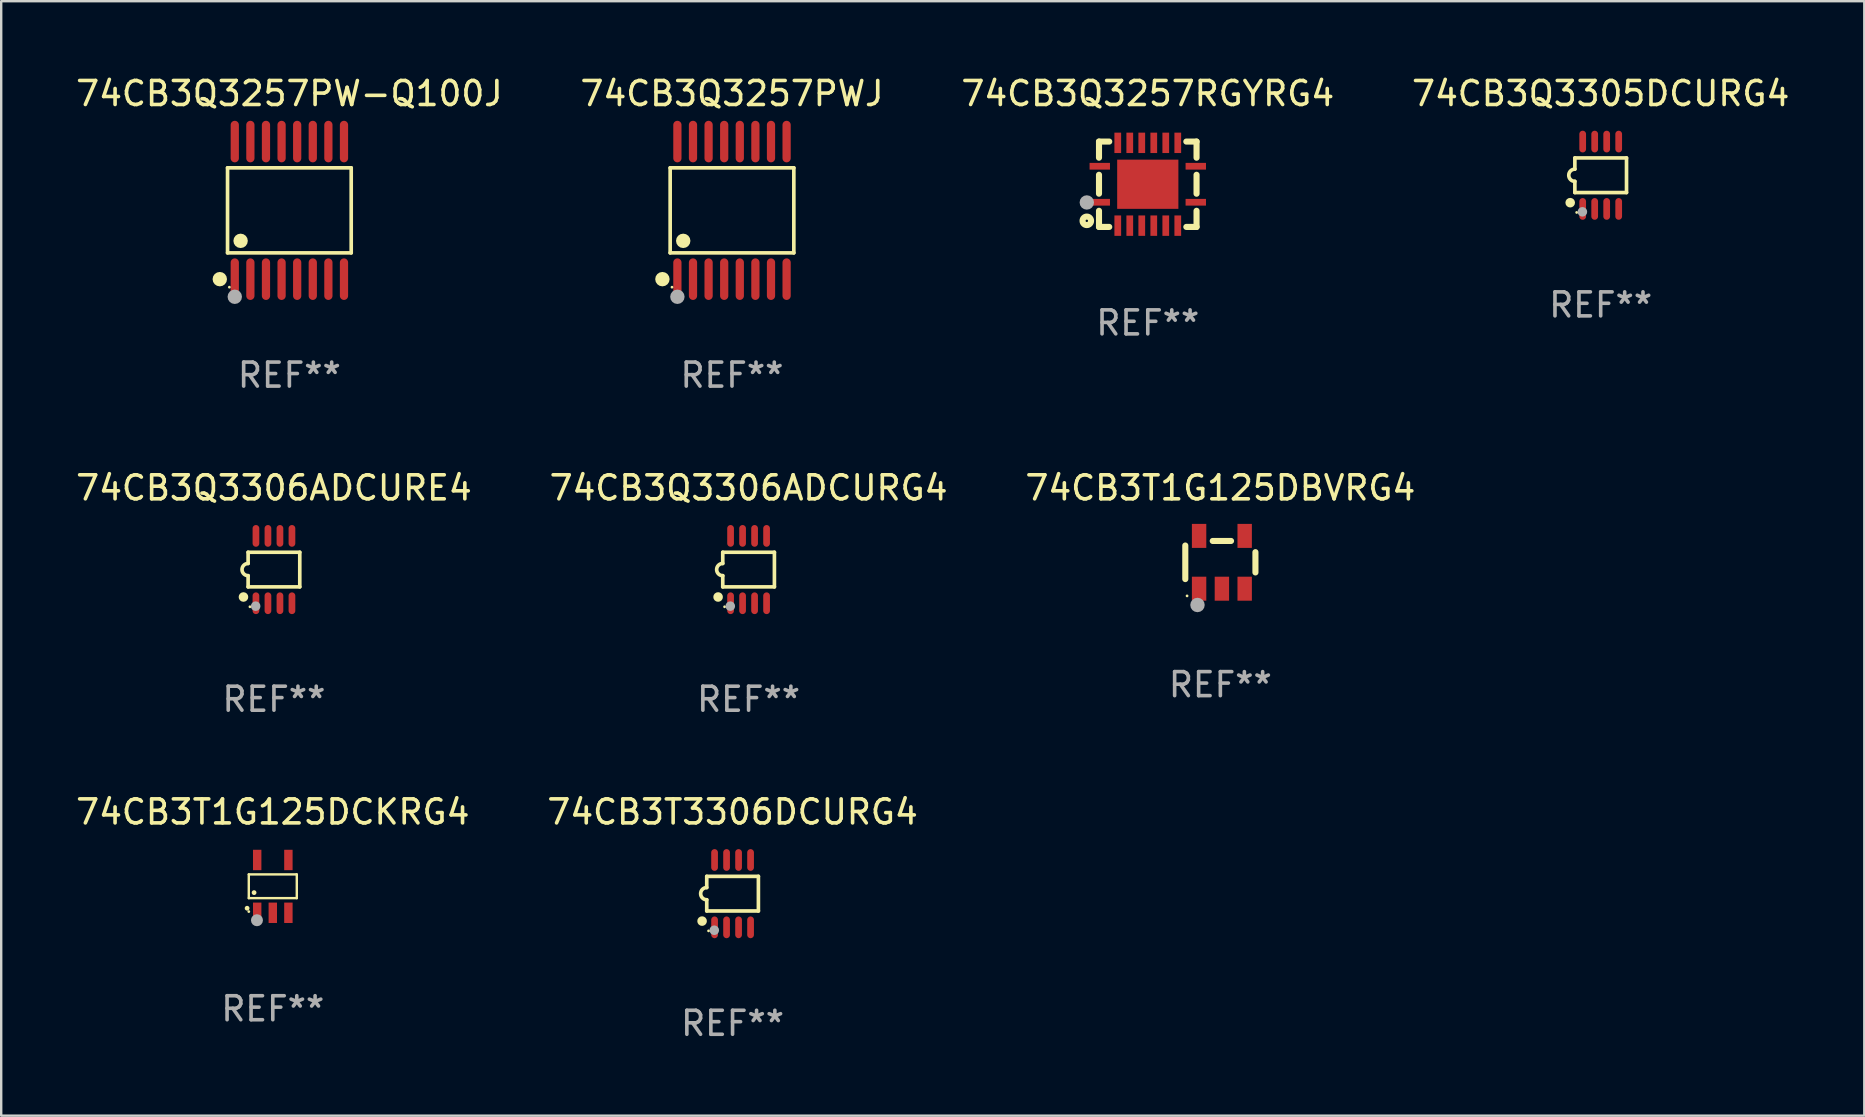
<source format=kicad_pcb>
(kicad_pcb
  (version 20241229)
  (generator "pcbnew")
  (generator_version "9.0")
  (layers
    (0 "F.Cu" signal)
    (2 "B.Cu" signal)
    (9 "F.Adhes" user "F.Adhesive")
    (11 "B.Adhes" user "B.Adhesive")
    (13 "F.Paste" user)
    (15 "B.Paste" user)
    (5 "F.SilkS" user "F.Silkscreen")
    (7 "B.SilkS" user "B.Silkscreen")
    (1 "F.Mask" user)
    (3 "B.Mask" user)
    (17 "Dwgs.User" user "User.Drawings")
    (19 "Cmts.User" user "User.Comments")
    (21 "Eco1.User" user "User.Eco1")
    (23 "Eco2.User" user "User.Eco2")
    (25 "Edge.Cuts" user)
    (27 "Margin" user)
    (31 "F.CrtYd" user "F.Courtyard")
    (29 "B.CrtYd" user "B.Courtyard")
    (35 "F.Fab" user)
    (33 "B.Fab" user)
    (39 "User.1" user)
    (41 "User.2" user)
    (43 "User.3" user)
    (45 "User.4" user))
  (footprint "74CB3Q3306ADCURE4"
    (layer "F.Cu")
    (at 8.363 20.679)
    (property "Reference" "74CB3Q3306ADCURE4" (at 0 -3.403 0) (layer "F.SilkS") (effects (font (size 1 1) (thickness 0.15))))
    (attr through_hole)
    (fp_line (start -1.076 -0.721) (end 1.076 -0.721) (stroke (width 0.152) (type solid)) (layer "F.SilkS"))
    (fp_line (start -1.076 -0.254) (end -1.076 -0.721) (stroke (width 0.152) (type solid)) (layer "F.SilkS"))
    (fp_line (start -1.076 0.254) (end -1.076 0.721) (stroke (width 0.152) (type solid)) (layer "F.SilkS"))
    (fp_line (start 1.076 -0.721) (end 1.076 0.721) (stroke (width 0.152) (type solid)) (layer "F.SilkS"))
    (fp_line (start 1.076 0.721) (end -1.076 0.721) (stroke (width 0.152) (type solid)) (layer "F.SilkS"))
    (fp_arc (start -1.076226 0.254051) (mid -1.330226 0.000051) (end -1.076226 -0.253949) (stroke (width 0.151994) (type solid)) (layer "F.SilkS"))
    (fp_circle (center -1.27 1.143) (end -1.17 1.143) (stroke (width 0.2) (type solid)) (fill no) (layer "F.SilkS"))
    (fp_circle (center -1 1.55) (end -0.97 1.55) (stroke (width 0.06) (type solid)) (fill no) (layer "F.SilkS"))
    (fp_circle (center -0.762 1.524) (end -0.662 1.524) (stroke (width 0.2) (type solid)) (fill no) (layer "F.Fab"))
    (fp_text user "REF**" (at 0 5.403 0) (layer "F.Fab") (effects (font (size 1 1) (thickness 0.15))))
    (pad "1" smd oval (at -0.75 1.403) (size 0.28 0.905) (layers "F.Cu" "F.Mask" "F.Paste"))
    (pad "2" smd oval (at -0.25 1.403) (size 0.28 0.905) (layers "F.Cu" "F.Mask" "F.Paste"))
    (pad "3" smd oval (at 0.25 1.403) (size 0.28 0.905) (layers "F.Cu" "F.Mask" "F.Paste"))
    (pad "4" smd oval (at 0.75 1.403) (size 0.28 0.905) (layers "F.Cu" "F.Mask" "F.Paste"))
    (pad "5" smd oval (at 0.75 -1.403) (size 0.28 0.905) (layers "F.Cu" "F.Mask" "F.Paste"))
    (pad "6" smd oval (at 0.25 -1.403) (size 0.28 0.905) (layers "F.Cu" "F.Mask" "F.Paste"))
    (pad "7" smd oval (at -0.25 -1.403) (size 0.28 0.905) (layers "F.Cu" "F.Mask" "F.Paste"))
    (pad "8" smd oval (at -0.75 -1.403) (size 0.28 0.905) (layers "F.Cu" "F.Mask" "F.Paste")))
  (footprint "74CB3T3306DCURG4"
    (layer "F.Cu")
    (at 27.47 34.181)
    (property "Reference" "74CB3T3306DCURG4" (at 0 -3.403 0) (layer "F.SilkS") (effects (font (size 1 1) (thickness 0.15))))
    (attr through_hole)
    (fp_line (start -1.076 -0.721) (end 1.076 -0.721) (stroke (width 0.152) (type solid)) (layer "F.SilkS"))
    (fp_line (start -1.076 -0.254) (end -1.076 -0.721) (stroke (width 0.152) (type solid)) (layer "F.SilkS"))
    (fp_line (start -1.076 0.254) (end -1.076 0.721) (stroke (width 0.152) (type solid)) (layer "F.SilkS"))
    (fp_line (start 1.076 -0.721) (end 1.076 0.721) (stroke (width 0.152) (type solid)) (layer "F.SilkS"))
    (fp_line (start 1.076 0.721) (end -1.076 0.721) (stroke (width 0.152) (type solid)) (layer "F.SilkS"))
    (fp_arc (start -1.076226 0.254051) (mid -1.330226 0.000051) (end -1.076226 -0.253949) (stroke (width 0.151994) (type solid)) (layer "F.SilkS"))
    (fp_circle (center -1.27 1.143) (end -1.17 1.143) (stroke (width 0.2) (type solid)) (fill no) (layer "F.SilkS"))
    (fp_circle (center -1 1.55) (end -0.97 1.55) (stroke (width 0.06) (type solid)) (fill no) (layer "F.SilkS"))
    (fp_circle (center -0.762 1.524) (end -0.662 1.524) (stroke (width 0.2) (type solid)) (fill no) (layer "F.Fab"))
    (fp_text user "REF**" (at 0 5.403 0) (layer "F.Fab") (effects (font (size 1 1) (thickness 0.15))))
    (pad "1" smd oval (at -0.75 1.403) (size 0.28 0.905) (layers "F.Cu" "F.Mask" "F.Paste"))
    (pad "2" smd oval (at -0.25 1.403) (size 0.28 0.905) (layers "F.Cu" "F.Mask" "F.Paste"))
    (pad "3" smd oval (at 0.25 1.403) (size 0.28 0.905) (layers "F.Cu" "F.Mask" "F.Paste"))
    (pad "4" smd oval (at 0.75 1.403) (size 0.28 0.905) (layers "F.Cu" "F.Mask" "F.Paste"))
    (pad "5" smd oval (at 0.75 -1.403) (size 0.28 0.905) (layers "F.Cu" "F.Mask" "F.Paste"))
    (pad "6" smd oval (at 0.25 -1.403) (size 0.28 0.905) (layers "F.Cu" "F.Mask" "F.Paste"))
    (pad "7" smd oval (at -0.25 -1.403) (size 0.28 0.905) (layers "F.Cu" "F.Mask" "F.Paste"))
    (pad "8" smd oval (at -0.75 -1.403) (size 0.28 0.905) (layers "F.Cu" "F.Mask" "F.Paste")))
  (footprint "74CB3Q3257PWJ"
    (layer "F.Cu")
    (at 27.446 5.714)
    (property "Reference" "74CB3Q3257PWJ" (at 0 -4.866 0) (layer "F.SilkS") (effects (font (size 1 1) (thickness 0.15))))
    (attr through_hole)
    (fp_line (start -2.576 -1.772) (end 2.576 -1.772) (stroke (width 0.152) (type solid)) (layer "F.SilkS"))
    (fp_line (start -2.576 1.771) (end -2.576 -1.772) (stroke (width 0.152) (type solid)) (layer "F.SilkS"))
    (fp_line (start 2.576 -1.772) (end 2.576 1.771) (stroke (width 0.152) (type solid)) (layer "F.SilkS"))
    (fp_line (start 2.576 1.771) (end -2.576 1.771) (stroke (width 0.152) (type solid)) (layer "F.SilkS"))
    (fp_circle (center -2.899 2.866) (end -2.749 2.866) (stroke (width 0.3) (type solid)) (fill no) (layer "F.SilkS"))
    (fp_circle (center -2.5 3.2) (end -2.47 3.2) (stroke (width 0.06) (type solid)) (fill no) (layer "F.SilkS"))
    (fp_circle (center -2.032 1.27) (end -1.882 1.27) (stroke (width 0.3) (type solid)) (fill no) (layer "F.SilkS"))
    (fp_circle (center -2.275 3.6) (end -2.125 3.6) (stroke (width 0.3) (type solid)) (fill no) (layer "F.Fab"))
    (fp_text user "REF**" (at 0 6.866 0) (layer "F.Fab") (effects (font (size 1 1) (thickness 0.15))))
    (pad "1" smd oval (at -2.275 2.866) (size 0.343 1.731) (layers "F.Cu" "F.Mask" "F.Paste"))
    (pad "2" smd oval (at -1.625 2.866) (size 0.343 1.731) (layers "F.Cu" "F.Mask" "F.Paste"))
    (pad "3" smd oval (at -0.975 2.866) (size 0.343 1.731) (layers "F.Cu" "F.Mask" "F.Paste"))
    (pad "4" smd oval (at -0.325 2.866) (size 0.343 1.731) (layers "F.Cu" "F.Mask" "F.Paste"))
    (pad "5" smd oval (at 0.325 2.866) (size 0.343 1.731) (layers "F.Cu" "F.Mask" "F.Paste"))
    (pad "6" smd oval (at 0.975 2.866) (size 0.343 1.731) (layers "F.Cu" "F.Mask" "F.Paste"))
    (pad "7" smd oval (at 1.625 2.866) (size 0.343 1.731) (layers "F.Cu" "F.Mask" "F.Paste"))
    (pad "8" smd oval (at 2.275 2.866) (size 0.343 1.731) (layers "F.Cu" "F.Mask" "F.Paste"))
    (pad "9" smd oval (at 2.275 -2.866) (size 0.343 1.731) (layers "F.Cu" "F.Mask" "F.Paste"))
    (pad "10" smd oval (at 1.625 -2.866) (size 0.343 1.731) (layers "F.Cu" "F.Mask" "F.Paste"))
    (pad "11" smd oval (at 0.975 -2.866) (size 0.343 1.731) (layers "F.Cu" "F.Mask" "F.Paste"))
    (pad "12" smd oval (at 0.325 -2.866) (size 0.343 1.731) (layers "F.Cu" "F.Mask" "F.Paste"))
    (pad "13" smd oval (at -0.325 -2.866) (size 0.343 1.731) (layers "F.Cu" "F.Mask" "F.Paste"))
    (pad "14" smd oval (at -0.975 -2.866) (size 0.343 1.731) (layers "F.Cu" "F.Mask" "F.Paste"))
    (pad "15" smd oval (at -1.625 -2.866) (size 0.343 1.731) (layers "F.Cu" "F.Mask" "F.Paste"))
    (pad "16" smd oval (at -2.275 -2.866) (size 0.343 1.731) (layers "F.Cu" "F.Mask" "F.Paste")))
  (footprint "74CB3Q3257PW-Q100J"
    (layer "F.Cu")
    (at 9.006 5.714)
    (property "Reference" "74CB3Q3257PW-Q100J" (at 0 -4.866 0) (layer "F.SilkS") (effects (font (size 1 1) (thickness 0.15))))
    (attr through_hole)
    (fp_line (start -2.576 -1.772) (end 2.576 -1.772) (stroke (width 0.152) (type solid)) (layer "F.SilkS"))
    (fp_line (start -2.576 1.771) (end -2.576 -1.772) (stroke (width 0.152) (type solid)) (layer "F.SilkS"))
    (fp_line (start 2.576 -1.772) (end 2.576 1.771) (stroke (width 0.152) (type solid)) (layer "F.SilkS"))
    (fp_line (start 2.576 1.771) (end -2.576 1.771) (stroke (width 0.152) (type solid)) (layer "F.SilkS"))
    (fp_circle (center -2.899 2.866) (end -2.749 2.866) (stroke (width 0.3) (type solid)) (fill no) (layer "F.SilkS"))
    (fp_circle (center -2.5 3.2) (end -2.47 3.2) (stroke (width 0.06) (type solid)) (fill no) (layer "F.SilkS"))
    (fp_circle (center -2.032 1.27) (end -1.882 1.27) (stroke (width 0.3) (type solid)) (fill no) (layer "F.SilkS"))
    (fp_circle (center -2.275 3.6) (end -2.125 3.6) (stroke (width 0.3) (type solid)) (fill no) (layer "F.Fab"))
    (fp_text user "REF**" (at 0 6.866 0) (layer "F.Fab") (effects (font (size 1 1) (thickness 0.15))))
    (pad "1" smd oval (at -2.275 2.866) (size 0.343 1.731) (layers "F.Cu" "F.Mask" "F.Paste"))
    (pad "2" smd oval (at -1.625 2.866) (size 0.343 1.731) (layers "F.Cu" "F.Mask" "F.Paste"))
    (pad "3" smd oval (at -0.975 2.866) (size 0.343 1.731) (layers "F.Cu" "F.Mask" "F.Paste"))
    (pad "4" smd oval (at -0.325 2.866) (size 0.343 1.731) (layers "F.Cu" "F.Mask" "F.Paste"))
    (pad "5" smd oval (at 0.325 2.866) (size 0.343 1.731) (layers "F.Cu" "F.Mask" "F.Paste"))
    (pad "6" smd oval (at 0.975 2.866) (size 0.343 1.731) (layers "F.Cu" "F.Mask" "F.Paste"))
    (pad "7" smd oval (at 1.625 2.866) (size 0.343 1.731) (layers "F.Cu" "F.Mask" "F.Paste"))
    (pad "8" smd oval (at 2.275 2.866) (size 0.343 1.731) (layers "F.Cu" "F.Mask" "F.Paste"))
    (pad "9" smd oval (at 2.275 -2.866) (size 0.343 1.731) (layers "F.Cu" "F.Mask" "F.Paste"))
    (pad "10" smd oval (at 1.625 -2.866) (size 0.343 1.731) (layers "F.Cu" "F.Mask" "F.Paste"))
    (pad "11" smd oval (at 0.975 -2.866) (size 0.343 1.731) (layers "F.Cu" "F.Mask" "F.Paste"))
    (pad "12" smd oval (at 0.325 -2.866) (size 0.343 1.731) (layers "F.Cu" "F.Mask" "F.Paste"))
    (pad "13" smd oval (at -0.325 -2.866) (size 0.343 1.731) (layers "F.Cu" "F.Mask" "F.Paste"))
    (pad "14" smd oval (at -0.975 -2.866) (size 0.343 1.731) (layers "F.Cu" "F.Mask" "F.Paste"))
    (pad "15" smd oval (at -1.625 -2.866) (size 0.343 1.731) (layers "F.Cu" "F.Mask" "F.Paste"))
    (pad "16" smd oval (at -2.275 -2.866) (size 0.343 1.731) (layers "F.Cu" "F.Mask" "F.Paste")))
  (footprint "74CB3T1G125DBVRG4"
    (layer "F.Cu")
    (at 47.792 20.376)
    (property "Reference" "74CB3T1G125DBVRG4" (at 0 -3.1 0) (layer "F.SilkS") (effects (font (size 1 1) (thickness 0.15))))
    (attr through_hole)
    (fp_line (start -1.461 -0.699) (end -1.461 0.699) (stroke (width 0.254) (type solid)) (layer "F.SilkS"))
    (fp_line (start -0.318 -0.889) (end 0.445 -0.889) (stroke (width 0.254) (type solid)) (layer "F.SilkS"))
    (fp_line (start 1.461 -0.422) (end 1.461 0.422) (stroke (width 0.254) (type solid)) (layer "F.SilkS"))
    (fp_circle (center -1.387 1.4) (end -1.357 1.4) (stroke (width 0.06) (type solid)) (fill no) (layer "F.SilkS"))
    (fp_circle (center -0.953 1.778) (end -0.802 1.778) (stroke (width 0.3) (type solid)) (fill no) (layer "F.Fab"))
    (fp_text user "REF**" (at 0 5.1 0) (layer "F.Fab") (effects (font (size 1 1) (thickness 0.15))))
    (pad "1" smd rect (at -0.886 1.1) (size 0.6 1) (layers "F.Cu" "F.Mask" "F.Paste"))
    (pad "2" smd rect (at 0.064 1.1) (size 0.6 1) (layers "F.Cu" "F.Mask" "F.Paste"))
    (pad "3" smd rect (at 1.013 1.1) (size 0.6 1) (layers "F.Cu" "F.Mask" "F.Paste"))
    (pad "4" smd rect (at 1.013 -1.1) (size 0.6 1) (layers "F.Cu" "F.Mask" "F.Paste"))
    (pad "5" smd rect (at -0.886 -1.1) (size 0.6 1) (layers "F.Cu" "F.Mask" "F.Paste")))
  (footprint "74CB3Q3257RGYRG4"
    (layer "F.Cu")
    (at 44.768 4.626)
    (property "Reference" "74CB3Q3257RGYRG4" (at 0 -3.778 0) (layer "F.SilkS") (effects (font (size 1 1) (thickness 0.15))))
    (attr through_hole)
    (fp_line (start -2.032 -1.778) (end -2.032 -1.106) (stroke (width 0.254) (type solid)) (layer "F.SilkS"))
    (fp_line (start -2.032 -0.394) (end -2.032 0.394) (stroke (width 0.254) (type solid)) (layer "F.SilkS"))
    (fp_line (start -2.032 1.106) (end -2.032 1.778) (stroke (width 0.254) (type solid)) (layer "F.SilkS"))
    (fp_line (start -2.032 1.778) (end -1.606 1.778) (stroke (width 0.254) (type solid)) (layer "F.SilkS"))
    (fp_line (start -1.606 -1.778) (end -2.032 -1.778) (stroke (width 0.254) (type solid)) (layer "F.SilkS"))
    (fp_line (start 1.606 1.778) (end 2.032 1.778) (stroke (width 0.254) (type solid)) (layer "F.SilkS"))
    (fp_line (start 2.032 -1.778) (end 1.606 -1.778) (stroke (width 0.254) (type solid)) (layer "F.SilkS"))
    (fp_line (start 2.032 -1.106) (end 2.032 -1.778) (stroke (width 0.254) (type solid)) (layer "F.SilkS"))
    (fp_line (start 2.032 0.394) (end 2.032 -0.394) (stroke (width 0.254) (type solid)) (layer "F.SilkS"))
    (fp_line (start 2.032 1.778) (end 2.032 1.106) (stroke (width 0.254) (type solid)) (layer "F.SilkS"))
    (fp_circle (center -2.54 1.524) (end -2.363 1.524) (stroke (width 0.254) (type solid)) (fill no) (layer "F.SilkS"))
    (fp_circle (center -2.002 1.752) (end -1.952 1.752) (stroke (width 0.1) (type solid)) (fill no) (layer "F.SilkS"))
    (fp_circle (center -2.54 0.759) (end -2.39 0.759) (stroke (width 0.3) (type solid)) (fill no) (layer "F.Fab"))
    (fp_text user "REF**" (at 0 5.778 0) (layer "F.Fab") (effects (font (size 1 1) (thickness 0.15))))
    (pad "1" smd rect (at -2 0.75 90) (size 0.28 0.85) (layers "F.Cu" "F.Mask" "F.Paste"))
    (pad "2" smd rect (at -1.25 1.725 180) (size 0.28 0.85) (layers "F.Cu" "F.Mask" "F.Paste"))
    (pad "3" smd rect (at -0.75 1.725 180) (size 0.28 0.85) (layers "F.Cu" "F.Mask" "F.Paste"))
    (pad "4" smd rect (at -0.25 1.725 180) (size 0.28 0.85) (layers "F.Cu" "F.Mask" "F.Paste"))
    (pad "5" smd rect (at 0.25 1.725 180) (size 0.28 0.85) (layers "F.Cu" "F.Mask" "F.Paste"))
    (pad "6" smd rect (at 0.75 1.725 180) (size 0.28 0.85) (layers "F.Cu" "F.Mask" "F.Paste"))
    (pad "7" smd rect (at 1.25 1.725 180) (size 0.28 0.85) (layers "F.Cu" "F.Mask" "F.Paste"))
    (pad "8" smd rect (at 2 0.75 270) (size 0.28 0.85) (layers "F.Cu" "F.Mask" "F.Paste"))
    (pad "9" smd rect (at 2 -0.75 270) (size 0.28 0.85) (layers "F.Cu" "F.Mask" "F.Paste"))
    (pad "10" smd rect (at 1.25 -1.725) (size 0.28 0.85) (layers "F.Cu" "F.Mask" "F.Paste"))
    (pad "11" smd rect (at 0.75 -1.725) (size 0.28 0.85) (layers "F.Cu" "F.Mask" "F.Paste"))
    (pad "12" smd rect (at 0.25 -1.725) (size 0.28 0.85) (layers "F.Cu" "F.Mask" "F.Paste"))
    (pad "13" smd rect (at -0.25 -1.725) (size 0.28 0.85) (layers "F.Cu" "F.Mask" "F.Paste"))
    (pad "14" smd rect (at -0.75 -1.725) (size 0.28 0.85) (layers "F.Cu" "F.Mask" "F.Paste"))
    (pad "15" smd rect (at -1.25 -1.725) (size 0.28 0.85) (layers "F.Cu" "F.Mask" "F.Paste"))
    (pad "16" smd rect (at -2 -0.75 90) (size 0.28 0.85) (layers "F.Cu" "F.Mask" "F.Paste"))
    (pad "17" smd rect (at 0.000051 0 270) (size 2.05 2.55) (layers "F.Cu" "F.Mask" "F.Paste")))
  (footprint "74CB3Q3305DCURG4"
    (layer "F.Cu")
    (at 63.637 4.251)
    (property "Reference" "74CB3Q3305DCURG4" (at 0 -3.403 0) (layer "F.SilkS") (effects (font (size 1 1) (thickness 0.15))))
    (attr through_hole)
    (fp_line (start -1.076 -0.721) (end 1.076 -0.721) (stroke (width 0.152) (type solid)) (layer "F.SilkS"))
    (fp_line (start -1.076 -0.254) (end -1.076 -0.721) (stroke (width 0.152) (type solid)) (layer "F.SilkS"))
    (fp_line (start -1.076 0.254) (end -1.076 0.721) (stroke (width 0.152) (type solid)) (layer "F.SilkS"))
    (fp_line (start 1.076 -0.721) (end 1.076 0.721) (stroke (width 0.152) (type solid)) (layer "F.SilkS"))
    (fp_line (start 1.076 0.721) (end -1.076 0.721) (stroke (width 0.152) (type solid)) (layer "F.SilkS"))
    (fp_arc (start -1.076226 0.254051) (mid -1.330226 0.000051) (end -1.076226 -0.253949) (stroke (width 0.151994) (type solid)) (layer "F.SilkS"))
    (fp_circle (center -1.27 1.143) (end -1.17 1.143) (stroke (width 0.2) (type solid)) (fill no) (layer "F.SilkS"))
    (fp_circle (center -1 1.55) (end -0.97 1.55) (stroke (width 0.06) (type solid)) (fill no) (layer "F.SilkS"))
    (fp_circle (center -0.762 1.524) (end -0.662 1.524) (stroke (width 0.2) (type solid)) (fill no) (layer "F.Fab"))
    (fp_text user "REF**" (at 0 5.403 0) (layer "F.Fab") (effects (font (size 1 1) (thickness 0.15))))
    (pad "1" smd oval (at -0.75 1.403) (size 0.28 0.905) (layers "F.Cu" "F.Mask" "F.Paste"))
    (pad "2" smd oval (at -0.25 1.403) (size 0.28 0.905) (layers "F.Cu" "F.Mask" "F.Paste"))
    (pad "3" smd oval (at 0.25 1.403) (size 0.28 0.905) (layers "F.Cu" "F.Mask" "F.Paste"))
    (pad "4" smd oval (at 0.75 1.403) (size 0.28 0.905) (layers "F.Cu" "F.Mask" "F.Paste"))
    (pad "5" smd oval (at 0.75 -1.403) (size 0.28 0.905) (layers "F.Cu" "F.Mask" "F.Paste"))
    (pad "6" smd oval (at 0.25 -1.403) (size 0.28 0.905) (layers "F.Cu" "F.Mask" "F.Paste"))
    (pad "7" smd oval (at -0.25 -1.403) (size 0.28 0.905) (layers "F.Cu" "F.Mask" "F.Paste"))
    (pad "8" smd oval (at -0.75 -1.403) (size 0.28 0.905) (layers "F.Cu" "F.Mask" "F.Paste")))
  (footprint "74CB3T1G125DCKRG4"
    (layer "F.Cu")
    (at 8.315 33.878)
    (property "Reference" "74CB3T1G125DCKRG4" (at 0 -3.1 0) (layer "F.SilkS") (effects (font (size 1 1) (thickness 0.15))))
    (attr through_hole)
    (fp_line (start -1 -0.5) (end -1 0.49) (stroke (width 0.1) (type solid)) (layer "F.SilkS"))
    (fp_line (start -1 0.49) (end 1 0.49) (stroke (width 0.1) (type solid)) (layer "F.SilkS"))
    (fp_line (start 0.99 -0.5) (end -1 -0.5) (stroke (width 0.1) (type solid)) (layer "F.SilkS"))
    (fp_line (start 1 -0.49) (end 0.99 -0.5) (stroke (width 0.1) (type solid)) (layer "F.SilkS"))
    (fp_line (start 1 0.49) (end 1 -0.49) (stroke (width 0.1) (type solid)) (layer "F.SilkS"))
    (fp_circle (center -1.07 0.91) (end -1.02 0.91) (stroke (width 0.1) (type solid)) (fill no) (layer "F.SilkS"))
    (fp_circle (center -1 1.05) (end -0.97 1.05) (stroke (width 0.06) (type solid)) (fill no) (layer "F.SilkS"))
    (fp_circle (center -0.78 0.26) (end -0.73 0.26) (stroke (width 0.1) (type solid)) (fill no) (layer "F.SilkS"))
    (fp_circle (center -0.66 1.41) (end -0.535 1.41) (stroke (width 0.25) (type solid)) (fill no) (layer "F.Fab"))
    (fp_text user "REF**" (at 0 5.1 0) (layer "F.Fab") (effects (font (size 1 1) (thickness 0.15))))
    (pad "1" smd rect (at -0.65 1.1) (size 0.35 0.85) (layers "F.Cu" "F.Mask" "F.Paste"))
    (pad "2" smd rect (at 0.000051 1.1) (size 0.35 0.85) (layers "F.Cu" "F.Mask" "F.Paste"))
    (pad "3" smd rect (at 0.65 1.1) (size 0.35 0.85) (layers "F.Cu" "F.Mask" "F.Paste"))
    (pad "4" smd rect (at 0.65 -1.1) (size 0.35 0.85) (layers "F.Cu" "F.Mask" "F.Paste"))
    (pad "5" smd rect (at -0.65 -1.1) (size 0.35 0.85) (layers "F.Cu" "F.Mask" "F.Paste")))
  (footprint "74CB3Q3306ADCURG4"
    (layer "F.Cu")
    (at 28.137 20.679)
    (property "Reference" "74CB3Q3306ADCURG4" (at 0 -3.403 0) (layer "F.SilkS") (effects (font (size 1 1) (thickness 0.15))))
    (attr through_hole)
    (fp_line (start -1.076 -0.721) (end 1.076 -0.721) (stroke (width 0.152) (type solid)) (layer "F.SilkS"))
    (fp_line (start -1.076 -0.254) (end -1.076 -0.721) (stroke (width 0.152) (type solid)) (layer "F.SilkS"))
    (fp_line (start -1.076 0.254) (end -1.076 0.721) (stroke (width 0.152) (type solid)) (layer "F.SilkS"))
    (fp_line (start 1.076 -0.721) (end 1.076 0.721) (stroke (width 0.152) (type solid)) (layer "F.SilkS"))
    (fp_line (start 1.076 0.721) (end -1.076 0.721) (stroke (width 0.152) (type solid)) (layer "F.SilkS"))
    (fp_arc (start -1.076226 0.254051) (mid -1.330226 0.000051) (end -1.076226 -0.253949) (stroke (width 0.151994) (type solid)) (layer "F.SilkS"))
    (fp_circle (center -1.27 1.143) (end -1.17 1.143) (stroke (width 0.2) (type solid)) (fill no) (layer "F.SilkS"))
    (fp_circle (center -1 1.55) (end -0.97 1.55) (stroke (width 0.06) (type solid)) (fill no) (layer "F.SilkS"))
    (fp_circle (center -0.762 1.524) (end -0.662 1.524) (stroke (width 0.2) (type solid)) (fill no) (layer "F.Fab"))
    (fp_text user "REF**" (at 0 5.403 0) (layer "F.Fab") (effects (font (size 1 1) (thickness 0.15))))
    (pad "1" smd oval (at -0.75 1.403) (size 0.28 0.905) (layers "F.Cu" "F.Mask" "F.Paste"))
    (pad "2" smd oval (at -0.25 1.403) (size 0.28 0.905) (layers "F.Cu" "F.Mask" "F.Paste"))
    (pad "3" smd oval (at 0.25 1.403) (size 0.28 0.905) (layers "F.Cu" "F.Mask" "F.Paste"))
    (pad "4" smd oval (at 0.75 1.403) (size 0.28 0.905) (layers "F.Cu" "F.Mask" "F.Paste"))
    (pad "5" smd oval (at 0.75 -1.403) (size 0.28 0.905) (layers "F.Cu" "F.Mask" "F.Paste"))
    (pad "6" smd oval (at 0.25 -1.403) (size 0.28 0.905) (layers "F.Cu" "F.Mask" "F.Paste"))
    (pad "7" smd oval (at -0.25 -1.403) (size 0.28 0.905) (layers "F.Cu" "F.Mask" "F.Paste"))
    (pad "8" smd oval (at -0.75 -1.403) (size 0.28 0.905) (layers "F.Cu" "F.Mask" "F.Paste")))
  (gr_rect
    (start -3 -3)
    (end 74.619 43.431)
    (stroke (width 0.1) (type default))
    (fill no)
    (layer "Edge.Cuts")))
</source>
